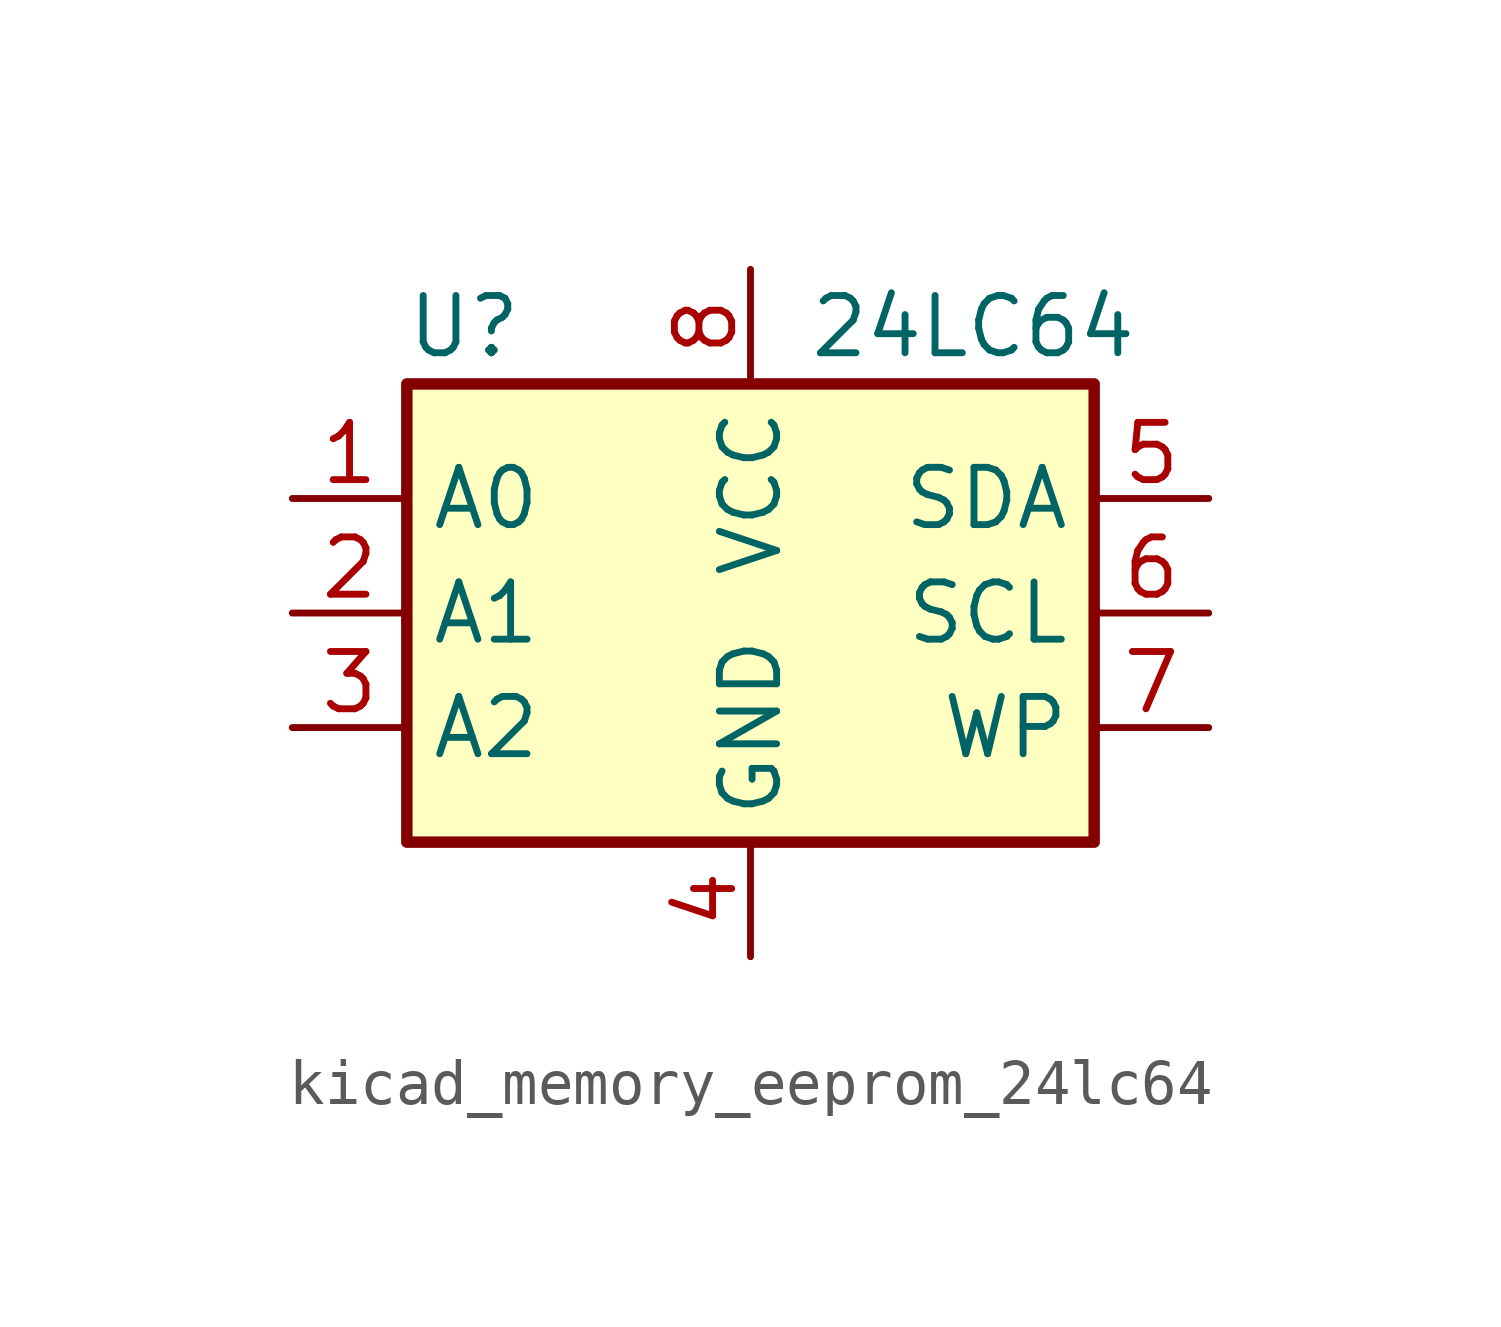
<source format=kicad_sym>
(kicad_symbol_lib
  (version 20220914)
  (generator kicad_symbol_editor)
  (symbol "kicad_memory_eeprom_24lc64"
    (property "Reference" "U"
      (at -6.35 6.35 0)
      (effects (font (size 1.27 1.27))))
    (property "Value" "24LC64"
      (at 1.27 6.35 0)
      (effects (font (size 1.27 1.27)) (justify left)))
    (symbol "kicad_memory_eeprom_24lc64_1_1"
      (rectangle (start -7.62 5.08) (end 7.62 -5.08) (stroke (width 0.254) (type default)) (fill (type background)))
      (pin input line (at -10.16 2.54 0) (length 2.54) (name "A0" (effects (font (size 1.27 1.27)))) (number "1" (effects (font (size 1.27 1.27)))))
      (pin input line (at -10.16 0 0) (length 2.54) (name "A1" (effects (font (size 1.27 1.27)))) (number "2" (effects (font (size 1.27 1.27)))))
      (pin input line (at -10.16 -2.54 0) (length 2.54) (name "A2" (effects (font (size 1.27 1.27)))) (number "3" (effects (font (size 1.27 1.27)))))
      (pin power_in line (at 0 -7.62 90) (length 2.54) (name "GND" (effects (font (size 1.27 1.27)))) (number "4" (effects (font (size 1.27 1.27)))))
      (pin bidirectional line (at 10.16 2.54 180) (length 2.54) (name "SDA" (effects (font (size 1.27 1.27)))) (number "5" (effects (font (size 1.27 1.27)))))
      (pin input line (at 10.16 0 180) (length 2.54) (name "SCL" (effects (font (size 1.27 1.27)))) (number "6" (effects (font (size 1.27 1.27)))))
      (pin input line (at 10.16 -2.54 180) (length 2.54) (name "WP" (effects (font (size 1.27 1.27)))) (number "7" (effects (font (size 1.27 1.27)))))
      (pin power_in line (at 0 7.62 270) (length 2.54) (name "VCC" (effects (font (size 1.27 1.27)))) (number "8" (effects (font (size 1.27 1.27))))))))
</source>
